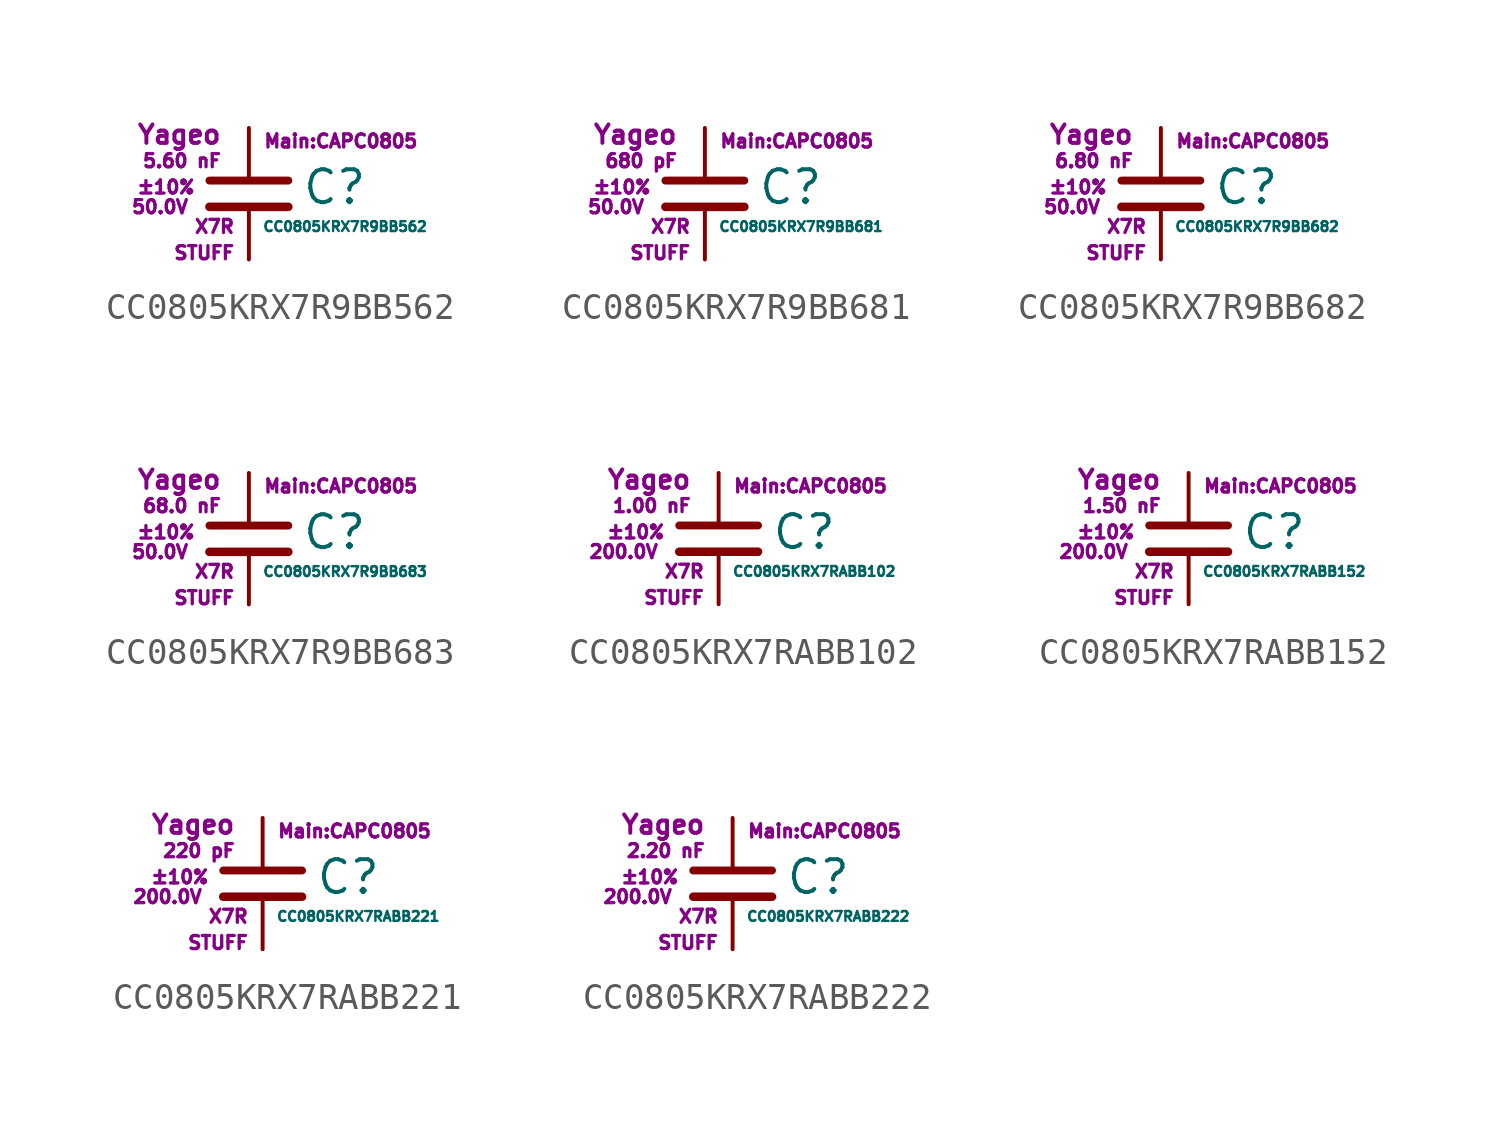
<source format=kicad_sym>
(kicad_symbol_lib
  (version 20211014)
  (generator kicad_symbol_editor)
  (symbol "CC0805KRX7R9BB562"
    (pin_numbers hide)
    (pin_names
      (offset 0.254) hide)
    (property "Reference" "C"
      (at 2.032 0.254 0)
      (effects (font (size 1.27 1.27)) (justify left)))
    (property "Value" "CC0805KRX7R9BB562"
      (at 0.508 -1.27 0)
      (effects (font (size 0.381 0.381)) (justify left)))
    (property "Footprint" "Main:CAPC0805"
      (at 3.556 2.032 0)
      (effects (font (size 0.508 0.508))))
    (property "Datasheet" ""
      (at 0.762 0.508 0)
      (effects (font (size 1.27 1.27))))
    (property "Manufacturer" "Yageo"
      (at -1.016 2.286 0)
      (effects (font (size 0.711 0.711)) (justify right)))
    (property "SKU" "STUFF"
      (at -0.508 -2.286 0)
      (effects (font (size 0.508 0.508)) (justify right)))
    (property "C" "5.60 nF"
      (at -1.016 1.27 0)
      (effects (font (size 0.508 0.508)) (justify right)))
    (property "Tol" "±10%"
      (at -2.032 0.254 0)
      (effects (font (size 0.508 0.508)) (justify right)))
    (property "Vmax" "50.0V"
      (at -2.286 -0.508 0)
      (effects (font (size 0.508 0.508)) (justify right)))
    (property "Type" "X7R"
      (at -0.508 -1.27 0)
      (effects (font (size 0.508 0.508)) (justify right)))
    (symbol "CC0805KRX7R9BB562_0_1"
      (polyline (pts (xy -1.524 -0.508) (xy 1.524 -0.508)) (stroke (width 0.33) (type default) (color 0 0 0 0)) (fill (type none)))
      (polyline (pts (xy -1.524 0.508) (xy 1.524 0.508)) (stroke (width 0.305) (type default) (color 0 0 0 0)) (fill (type none))))
    (symbol "CC0805KRX7R9BB562_1_1"
      (pin passive line (at 0 2.54 270) (length 1.905) (name "~" (effects (font (size 1.016 1.016)))) (number "1" (effects (font (size 1.016 1.016)))))
      (pin passive line (at 0 -2.54 90) (length 2.032) (name "~" (effects (font (size 1.016 1.016)))) (number "2" (effects (font (size 1.016 1.016)))))))
  (symbol "CC0805KRX7R9BB681"
    (pin_numbers hide)
    (pin_names
      (offset 0.254) hide)
    (property "Reference" "C"
      (at 2.032 0.254 0)
      (effects (font (size 1.27 1.27)) (justify left)))
    (property "Value" "CC0805KRX7R9BB681"
      (at 0.508 -1.27 0)
      (effects (font (size 0.381 0.381)) (justify left)))
    (property "Footprint" "Main:CAPC0805"
      (at 3.556 2.032 0)
      (effects (font (size 0.508 0.508))))
    (property "Datasheet" ""
      (at 0.762 0.508 0)
      (effects (font (size 1.27 1.27))))
    (property "Manufacturer" "Yageo"
      (at -1.016 2.286 0)
      (effects (font (size 0.711 0.711)) (justify right)))
    (property "SKU" "STUFF"
      (at -0.508 -2.286 0)
      (effects (font (size 0.508 0.508)) (justify right)))
    (property "C" "680 pF"
      (at -1.016 1.27 0)
      (effects (font (size 0.508 0.508)) (justify right)))
    (property "Tol" "±10%"
      (at -2.032 0.254 0)
      (effects (font (size 0.508 0.508)) (justify right)))
    (property "Vmax" "50.0V"
      (at -2.286 -0.508 0)
      (effects (font (size 0.508 0.508)) (justify right)))
    (property "Type" "X7R"
      (at -0.508 -1.27 0)
      (effects (font (size 0.508 0.508)) (justify right)))
    (symbol "CC0805KRX7R9BB681_0_1"
      (polyline (pts (xy -1.524 -0.508) (xy 1.524 -0.508)) (stroke (width 0.33) (type default) (color 0 0 0 0)) (fill (type none)))
      (polyline (pts (xy -1.524 0.508) (xy 1.524 0.508)) (stroke (width 0.305) (type default) (color 0 0 0 0)) (fill (type none))))
    (symbol "CC0805KRX7R9BB681_1_1"
      (pin passive line (at 0 2.54 270) (length 1.905) (name "~" (effects (font (size 1.016 1.016)))) (number "1" (effects (font (size 1.016 1.016)))))
      (pin passive line (at 0 -2.54 90) (length 2.032) (name "~" (effects (font (size 1.016 1.016)))) (number "2" (effects (font (size 1.016 1.016)))))))
  (symbol "CC0805KRX7R9BB682"
    (pin_numbers hide)
    (pin_names
      (offset 0.254) hide)
    (property "Reference" "C"
      (at 2.032 0.254 0)
      (effects (font (size 1.27 1.27)) (justify left)))
    (property "Value" "CC0805KRX7R9BB682"
      (at 0.508 -1.27 0)
      (effects (font (size 0.381 0.381)) (justify left)))
    (property "Footprint" "Main:CAPC0805"
      (at 3.556 2.032 0)
      (effects (font (size 0.508 0.508))))
    (property "Datasheet" ""
      (at 0.762 0.508 0)
      (effects (font (size 1.27 1.27))))
    (property "Manufacturer" "Yageo"
      (at -1.016 2.286 0)
      (effects (font (size 0.711 0.711)) (justify right)))
    (property "SKU" "STUFF"
      (at -0.508 -2.286 0)
      (effects (font (size 0.508 0.508)) (justify right)))
    (property "C" "6.80 nF"
      (at -1.016 1.27 0)
      (effects (font (size 0.508 0.508)) (justify right)))
    (property "Tol" "±10%"
      (at -2.032 0.254 0)
      (effects (font (size 0.508 0.508)) (justify right)))
    (property "Vmax" "50.0V"
      (at -2.286 -0.508 0)
      (effects (font (size 0.508 0.508)) (justify right)))
    (property "Type" "X7R"
      (at -0.508 -1.27 0)
      (effects (font (size 0.508 0.508)) (justify right)))
    (symbol "CC0805KRX7R9BB682_0_1"
      (polyline (pts (xy -1.524 -0.508) (xy 1.524 -0.508)) (stroke (width 0.33) (type default) (color 0 0 0 0)) (fill (type none)))
      (polyline (pts (xy -1.524 0.508) (xy 1.524 0.508)) (stroke (width 0.305) (type default) (color 0 0 0 0)) (fill (type none))))
    (symbol "CC0805KRX7R9BB682_1_1"
      (pin passive line (at 0 2.54 270) (length 1.905) (name "~" (effects (font (size 1.016 1.016)))) (number "1" (effects (font (size 1.016 1.016)))))
      (pin passive line (at 0 -2.54 90) (length 2.032) (name "~" (effects (font (size 1.016 1.016)))) (number "2" (effects (font (size 1.016 1.016)))))))
  (symbol "CC0805KRX7R9BB683"
    (pin_numbers hide)
    (pin_names
      (offset 0.254) hide)
    (property "Reference" "C"
      (at 2.032 0.254 0)
      (effects (font (size 1.27 1.27)) (justify left)))
    (property "Value" "CC0805KRX7R9BB683"
      (at 0.508 -1.27 0)
      (effects (font (size 0.381 0.381)) (justify left)))
    (property "Footprint" "Main:CAPC0805"
      (at 3.556 2.032 0)
      (effects (font (size 0.508 0.508))))
    (property "Datasheet" ""
      (at 0.762 0.508 0)
      (effects (font (size 1.27 1.27))))
    (property "Manufacturer" "Yageo"
      (at -1.016 2.286 0)
      (effects (font (size 0.711 0.711)) (justify right)))
    (property "SKU" "STUFF"
      (at -0.508 -2.286 0)
      (effects (font (size 0.508 0.508)) (justify right)))
    (property "C" "68.0 nF"
      (at -1.016 1.27 0)
      (effects (font (size 0.508 0.508)) (justify right)))
    (property "Tol" "±10%"
      (at -2.032 0.254 0)
      (effects (font (size 0.508 0.508)) (justify right)))
    (property "Vmax" "50.0V"
      (at -2.286 -0.508 0)
      (effects (font (size 0.508 0.508)) (justify right)))
    (property "Type" "X7R"
      (at -0.508 -1.27 0)
      (effects (font (size 0.508 0.508)) (justify right)))
    (symbol "CC0805KRX7R9BB683_0_1"
      (polyline (pts (xy -1.524 -0.508) (xy 1.524 -0.508)) (stroke (width 0.33) (type default) (color 0 0 0 0)) (fill (type none)))
      (polyline (pts (xy -1.524 0.508) (xy 1.524 0.508)) (stroke (width 0.305) (type default) (color 0 0 0 0)) (fill (type none))))
    (symbol "CC0805KRX7R9BB683_1_1"
      (pin passive line (at 0 2.54 270) (length 1.905) (name "~" (effects (font (size 1.016 1.016)))) (number "1" (effects (font (size 1.016 1.016)))))
      (pin passive line (at 0 -2.54 90) (length 2.032) (name "~" (effects (font (size 1.016 1.016)))) (number "2" (effects (font (size 1.016 1.016)))))))
  (symbol "CC0805KRX7RABB102"
    (pin_numbers hide)
    (pin_names
      (offset 0.254) hide)
    (property "Reference" "C"
      (at 2.032 0.254 0)
      (effects (font (size 1.27 1.27)) (justify left)))
    (property "Value" "CC0805KRX7RABB102"
      (at 0.508 -1.27 0)
      (effects (font (size 0.381 0.381)) (justify left)))
    (property "Footprint" "Main:CAPC0805"
      (at 3.556 2.032 0)
      (effects (font (size 0.508 0.508))))
    (property "Datasheet" ""
      (at 0.762 0.508 0)
      (effects (font (size 1.27 1.27))))
    (property "Manufacturer" "Yageo"
      (at -1.016 2.286 0)
      (effects (font (size 0.711 0.711)) (justify right)))
    (property "SKU" "STUFF"
      (at -0.508 -2.286 0)
      (effects (font (size 0.508 0.508)) (justify right)))
    (property "C" "1.00 nF"
      (at -1.016 1.27 0)
      (effects (font (size 0.508 0.508)) (justify right)))
    (property "Tol" "±10%"
      (at -2.032 0.254 0)
      (effects (font (size 0.508 0.508)) (justify right)))
    (property "Vmax" "200.0V"
      (at -2.286 -0.508 0)
      (effects (font (size 0.508 0.508)) (justify right)))
    (property "Type" "X7R"
      (at -0.508 -1.27 0)
      (effects (font (size 0.508 0.508)) (justify right)))
    (symbol "CC0805KRX7RABB102_0_1"
      (polyline (pts (xy -1.524 -0.508) (xy 1.524 -0.508)) (stroke (width 0.33) (type default) (color 0 0 0 0)) (fill (type none)))
      (polyline (pts (xy -1.524 0.508) (xy 1.524 0.508)) (stroke (width 0.305) (type default) (color 0 0 0 0)) (fill (type none))))
    (symbol "CC0805KRX7RABB102_1_1"
      (pin passive line (at 0 2.54 270) (length 1.905) (name "~" (effects (font (size 1.016 1.016)))) (number "1" (effects (font (size 1.016 1.016)))))
      (pin passive line (at 0 -2.54 90) (length 2.032) (name "~" (effects (font (size 1.016 1.016)))) (number "2" (effects (font (size 1.016 1.016)))))))
  (symbol "CC0805KRX7RABB152"
    (pin_numbers hide)
    (pin_names
      (offset 0.254) hide)
    (property "Reference" "C"
      (at 2.032 0.254 0)
      (effects (font (size 1.27 1.27)) (justify left)))
    (property "Value" "CC0805KRX7RABB152"
      (at 0.508 -1.27 0)
      (effects (font (size 0.381 0.381)) (justify left)))
    (property "Footprint" "Main:CAPC0805"
      (at 3.556 2.032 0)
      (effects (font (size 0.508 0.508))))
    (property "Datasheet" ""
      (at 0.762 0.508 0)
      (effects (font (size 1.27 1.27))))
    (property "Manufacturer" "Yageo"
      (at -1.016 2.286 0)
      (effects (font (size 0.711 0.711)) (justify right)))
    (property "SKU" "STUFF"
      (at -0.508 -2.286 0)
      (effects (font (size 0.508 0.508)) (justify right)))
    (property "C" "1.50 nF"
      (at -1.016 1.27 0)
      (effects (font (size 0.508 0.508)) (justify right)))
    (property "Tol" "±10%"
      (at -2.032 0.254 0)
      (effects (font (size 0.508 0.508)) (justify right)))
    (property "Vmax" "200.0V"
      (at -2.286 -0.508 0)
      (effects (font (size 0.508 0.508)) (justify right)))
    (property "Type" "X7R"
      (at -0.508 -1.27 0)
      (effects (font (size 0.508 0.508)) (justify right)))
    (symbol "CC0805KRX7RABB152_0_1"
      (polyline (pts (xy -1.524 -0.508) (xy 1.524 -0.508)) (stroke (width 0.33) (type default) (color 0 0 0 0)) (fill (type none)))
      (polyline (pts (xy -1.524 0.508) (xy 1.524 0.508)) (stroke (width 0.305) (type default) (color 0 0 0 0)) (fill (type none))))
    (symbol "CC0805KRX7RABB152_1_1"
      (pin passive line (at 0 2.54 270) (length 1.905) (name "~" (effects (font (size 1.016 1.016)))) (number "1" (effects (font (size 1.016 1.016)))))
      (pin passive line (at 0 -2.54 90) (length 2.032) (name "~" (effects (font (size 1.016 1.016)))) (number "2" (effects (font (size 1.016 1.016)))))))
  (symbol "CC0805KRX7RABB221"
    (pin_numbers hide)
    (pin_names
      (offset 0.254) hide)
    (property "Reference" "C"
      (at 2.032 0.254 0)
      (effects (font (size 1.27 1.27)) (justify left)))
    (property "Value" "CC0805KRX7RABB221"
      (at 0.508 -1.27 0)
      (effects (font (size 0.381 0.381)) (justify left)))
    (property "Footprint" "Main:CAPC0805"
      (at 3.556 2.032 0)
      (effects (font (size 0.508 0.508))))
    (property "Datasheet" ""
      (at 0.762 0.508 0)
      (effects (font (size 1.27 1.27))))
    (property "Manufacturer" "Yageo"
      (at -1.016 2.286 0)
      (effects (font (size 0.711 0.711)) (justify right)))
    (property "SKU" "STUFF"
      (at -0.508 -2.286 0)
      (effects (font (size 0.508 0.508)) (justify right)))
    (property "C" "220 pF"
      (at -1.016 1.27 0)
      (effects (font (size 0.508 0.508)) (justify right)))
    (property "Tol" "±10%"
      (at -2.032 0.254 0)
      (effects (font (size 0.508 0.508)) (justify right)))
    (property "Vmax" "200.0V"
      (at -2.286 -0.508 0)
      (effects (font (size 0.508 0.508)) (justify right)))
    (property "Type" "X7R"
      (at -0.508 -1.27 0)
      (effects (font (size 0.508 0.508)) (justify right)))
    (symbol "CC0805KRX7RABB221_0_1"
      (polyline (pts (xy -1.524 -0.508) (xy 1.524 -0.508)) (stroke (width 0.33) (type default) (color 0 0 0 0)) (fill (type none)))
      (polyline (pts (xy -1.524 0.508) (xy 1.524 0.508)) (stroke (width 0.305) (type default) (color 0 0 0 0)) (fill (type none))))
    (symbol "CC0805KRX7RABB221_1_1"
      (pin passive line (at 0 2.54 270) (length 1.905) (name "~" (effects (font (size 1.016 1.016)))) (number "1" (effects (font (size 1.016 1.016)))))
      (pin passive line (at 0 -2.54 90) (length 2.032) (name "~" (effects (font (size 1.016 1.016)))) (number "2" (effects (font (size 1.016 1.016)))))))
  (symbol "CC0805KRX7RABB222"
    (pin_numbers hide)
    (pin_names
      (offset 0.254) hide)
    (property "Reference" "C"
      (at 2.032 0.254 0)
      (effects (font (size 1.27 1.27)) (justify left)))
    (property "Value" "CC0805KRX7RABB222"
      (at 0.508 -1.27 0)
      (effects (font (size 0.381 0.381)) (justify left)))
    (property "Footprint" "Main:CAPC0805"
      (at 3.556 2.032 0)
      (effects (font (size 0.508 0.508))))
    (property "Datasheet" ""
      (at 0.762 0.508 0)
      (effects (font (size 1.27 1.27))))
    (property "Manufacturer" "Yageo"
      (at -1.016 2.286 0)
      (effects (font (size 0.711 0.711)) (justify right)))
    (property "SKU" "STUFF"
      (at -0.508 -2.286 0)
      (effects (font (size 0.508 0.508)) (justify right)))
    (property "C" "2.20 nF"
      (at -1.016 1.27 0)
      (effects (font (size 0.508 0.508)) (justify right)))
    (property "Tol" "±10%"
      (at -2.032 0.254 0)
      (effects (font (size 0.508 0.508)) (justify right)))
    (property "Vmax" "200.0V"
      (at -2.286 -0.508 0)
      (effects (font (size 0.508 0.508)) (justify right)))
    (property "Type" "X7R"
      (at -0.508 -1.27 0)
      (effects (font (size 0.508 0.508)) (justify right)))
    (symbol "CC0805KRX7RABB222_0_1"
      (polyline (pts (xy -1.524 -0.508) (xy 1.524 -0.508)) (stroke (width 0.33) (type default) (color 0 0 0 0)) (fill (type none)))
      (polyline (pts (xy -1.524 0.508) (xy 1.524 0.508)) (stroke (width 0.305) (type default) (color 0 0 0 0)) (fill (type none))))
    (symbol "CC0805KRX7RABB222_1_1"
      (pin passive line (at 0 2.54 270) (length 1.905) (name "~" (effects (font (size 1.016 1.016)))) (number "1" (effects (font (size 1.016 1.016)))))
      (pin passive line (at 0 -2.54 90) (length 2.032) (name "~" (effects (font (size 1.016 1.016)))) (number "2" (effects (font (size 1.016 1.016))))))))
</source>
